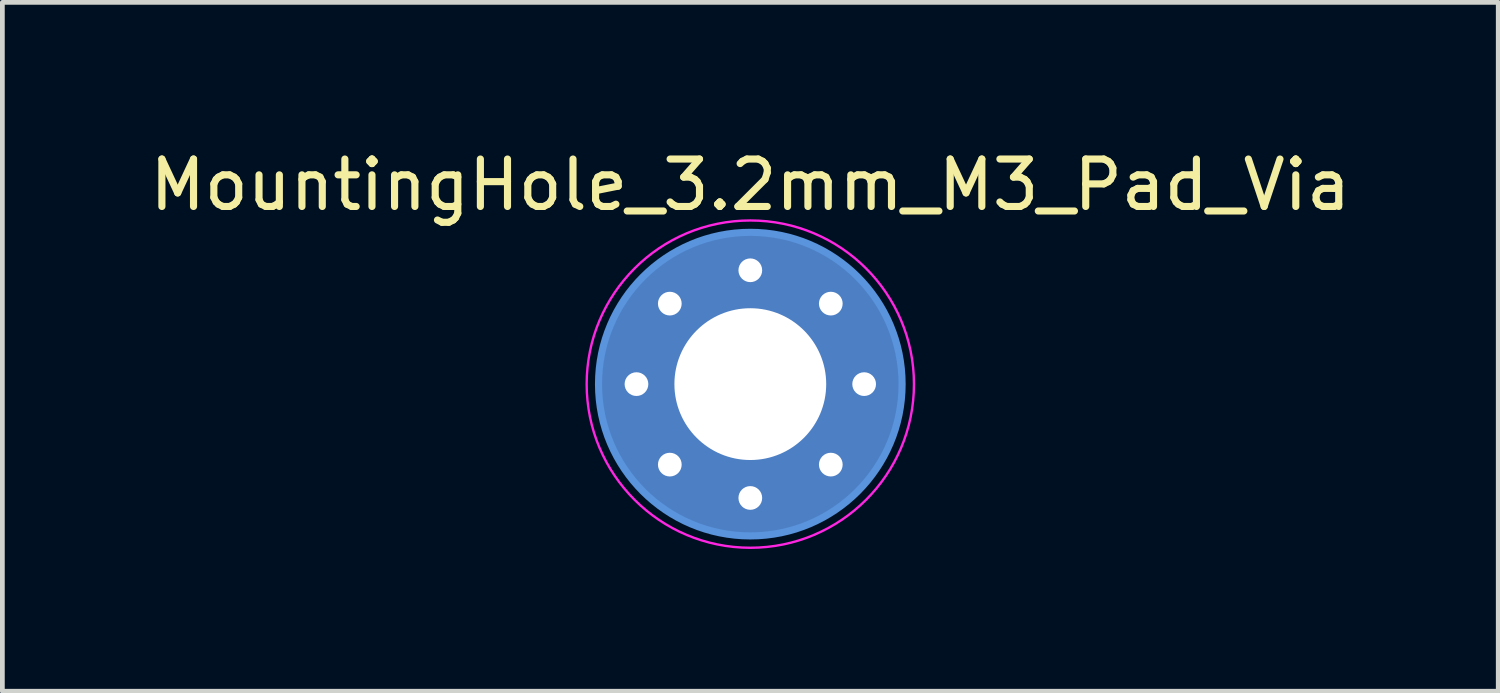
<source format=kicad_pcb>
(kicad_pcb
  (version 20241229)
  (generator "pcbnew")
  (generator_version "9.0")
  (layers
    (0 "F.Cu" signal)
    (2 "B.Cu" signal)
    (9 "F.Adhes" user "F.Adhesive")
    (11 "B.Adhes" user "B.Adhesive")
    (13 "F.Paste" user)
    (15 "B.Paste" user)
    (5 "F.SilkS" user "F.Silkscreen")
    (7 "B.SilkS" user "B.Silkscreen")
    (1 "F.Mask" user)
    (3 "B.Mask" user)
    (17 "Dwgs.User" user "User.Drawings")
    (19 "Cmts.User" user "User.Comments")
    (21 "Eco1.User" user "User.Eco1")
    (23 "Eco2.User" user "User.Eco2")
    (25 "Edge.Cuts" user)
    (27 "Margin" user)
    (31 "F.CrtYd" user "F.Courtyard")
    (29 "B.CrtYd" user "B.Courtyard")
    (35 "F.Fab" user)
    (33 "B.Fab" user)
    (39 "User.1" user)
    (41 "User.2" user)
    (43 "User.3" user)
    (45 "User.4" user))
  (footprint "MountingHole_3.2mm_M3_Pad_Via"
    (layer "F.Cu")
    (at 12.768 5.048)
    (property "Reference" "MountingHole_3.2mm_M3_Pad_Via" (at 0 -4.2 0) (layer "F.SilkS") (effects (font (size 1 1) (thickness 0.15))))
    (attr through_hole)
    (fp_circle (center 0 0) (end 3.2 0) (stroke (width 0.15) (type solid)) (fill no) (layer "Cmts.User"))
    (fp_circle (center 0 0) (end 3.45 0) (stroke (width 0.05) (type solid)) (fill no) (layer "F.CrtYd"))
    (pad "1" thru_hole circle (at -2.4 0) (size 0.6 0.6) (drill 0.5) (layers "*.Cu" "*.Mask"))
    (pad "1" thru_hole circle (at -1.697 -1.697) (size 0.6 0.6) (drill 0.5) (layers "*.Cu" "*.Mask"))
    (pad "1" thru_hole circle (at -1.697 1.697) (size 0.6 0.6) (drill 0.5) (layers "*.Cu" "*.Mask"))
    (pad "1" thru_hole circle (at 0 -2.4) (size 0.6 0.6) (drill 0.5) (layers "*.Cu" "*.Mask"))
    (pad "1" thru_hole circle (at 0 0) (size 6.4 6.4) (drill 3.2) (layers "*.Cu" "*.Mask"))
    (pad "1" thru_hole circle (at 0 2.4) (size 0.6 0.6) (drill 0.5) (layers "*.Cu" "*.Mask"))
    (pad "1" thru_hole circle (at 1.697 -1.697) (size 0.6 0.6) (drill 0.5) (layers "*.Cu" "*.Mask"))
    (pad "1" thru_hole circle (at 1.697 1.697) (size 0.6 0.6) (drill 0.5) (layers "*.Cu" "*.Mask"))
    (pad "1" thru_hole circle (at 2.4 0) (size 0.6 0.6) (drill 0.5) (layers "*.Cu" "*.Mask")))
  (gr_rect
    (start -3 -3)
    (end 28.536 11.523)
    (stroke (width 0.1) (type default))
    (fill no)
    (layer "Edge.Cuts")))
</source>
